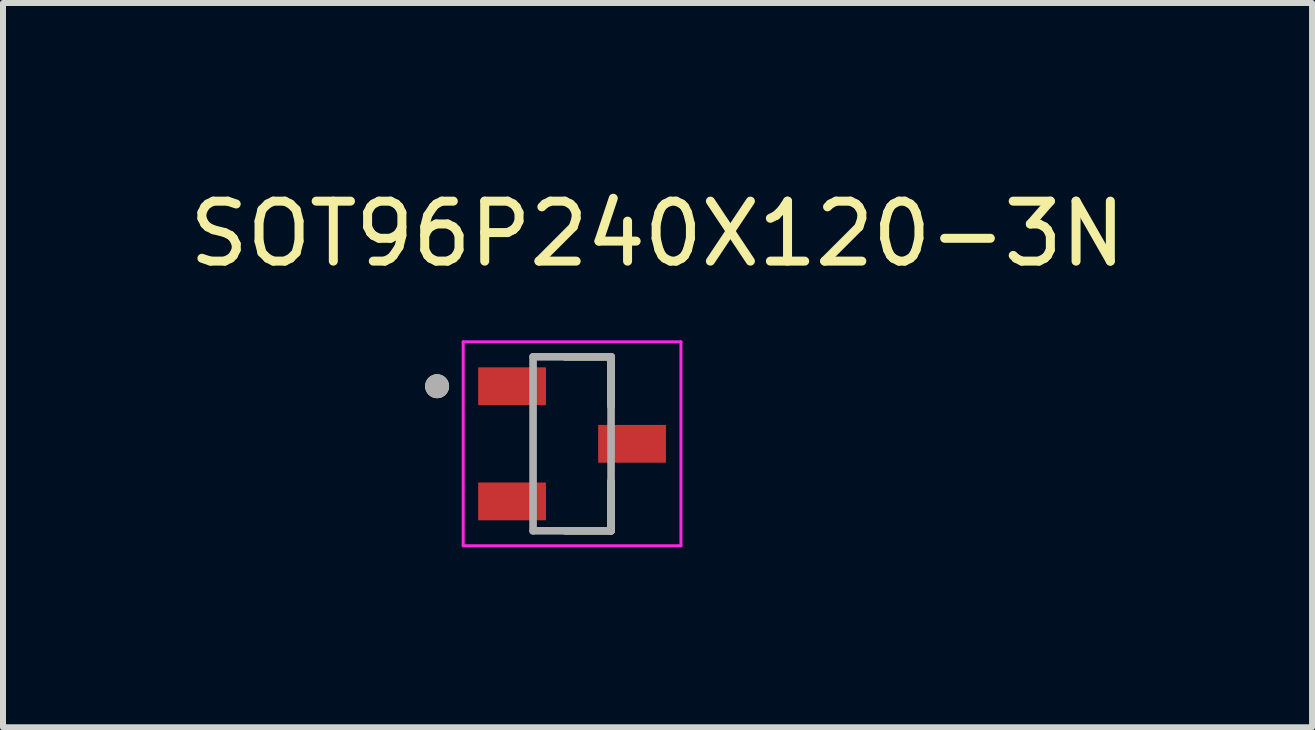
<source format=kicad_pcb>
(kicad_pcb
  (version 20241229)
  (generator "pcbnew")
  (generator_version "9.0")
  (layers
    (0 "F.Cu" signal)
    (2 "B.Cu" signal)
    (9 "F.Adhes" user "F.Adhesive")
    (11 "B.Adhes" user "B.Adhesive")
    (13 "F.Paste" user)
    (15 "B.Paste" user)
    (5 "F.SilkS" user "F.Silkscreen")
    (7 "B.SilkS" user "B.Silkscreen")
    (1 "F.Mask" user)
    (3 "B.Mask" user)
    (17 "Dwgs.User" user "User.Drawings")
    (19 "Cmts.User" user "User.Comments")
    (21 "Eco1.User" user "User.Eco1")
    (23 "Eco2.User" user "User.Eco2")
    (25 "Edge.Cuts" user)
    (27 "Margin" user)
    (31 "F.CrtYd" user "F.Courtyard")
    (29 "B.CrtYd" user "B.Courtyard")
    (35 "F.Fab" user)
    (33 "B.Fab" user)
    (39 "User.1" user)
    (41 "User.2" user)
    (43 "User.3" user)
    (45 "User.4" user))
  (footprint "SOT96P240X120-3N"
    (layer "F.Cu")
    (at 6.486 4.348)
    (property "Reference" "SOT96P240X120-3N" (at 1.425 -3.5 0) (layer "F.SilkS") (effects (font (size 1 1) (thickness 0.15))))
    (attr smd)
    (fp_line (start -0.115 1.45) (end 0.65 1.45) (stroke (width 0.127) (type solid)) (layer "F.SilkS"))
    (fp_line (start 0.65 -1.45) (end -0.115 -1.45) (stroke (width 0.127) (type solid)) (layer "F.SilkS"))
    (fp_line (start 0.65 -0.625) (end 0.65 -1.45) (stroke (width 0.127) (type solid)) (layer "F.SilkS"))
    (fp_line (start 0.65 1.45) (end 0.65 0.625) (stroke (width 0.127) (type solid)) (layer "F.SilkS"))
    (fp_circle (center -2.25 -0.96) (end -2.15 -0.96) (stroke (width 0.2) (type solid)) (fill no) (layer "F.SilkS"))
    (fp_line (start -1.815 -1.7) (end -1.815 1.7) (stroke (width 0.05) (type solid)) (layer "F.CrtYd"))
    (fp_line (start -1.815 1.7) (end 1.815 1.7) (stroke (width 0.05) (type solid)) (layer "F.CrtYd"))
    (fp_line (start 1.815 -1.7) (end -1.815 -1.7) (stroke (width 0.05) (type solid)) (layer "F.CrtYd"))
    (fp_line (start 1.815 1.7) (end 1.815 -1.7) (stroke (width 0.05) (type solid)) (layer "F.CrtYd"))
    (fp_line (start -0.65 -1.45) (end -0.65 1.45) (stroke (width 0.127) (type solid)) (layer "F.Fab"))
    (fp_line (start -0.65 1.45) (end 0.65 1.45) (stroke (width 0.127) (type solid)) (layer "F.Fab"))
    (fp_line (start 0.65 -1.45) (end -0.65 -1.45) (stroke (width 0.127) (type solid)) (layer "F.Fab"))
    (fp_line (start 0.65 1.45) (end 0.65 -1.45) (stroke (width 0.127) (type solid)) (layer "F.Fab"))
    (fp_circle (center -2.25 -0.96) (end -2.15 -0.96) (stroke (width 0.2) (type solid)) (fill no) (layer "F.Fab"))
    (pad "1" smd rect (at -1 -0.96) (size 1.13 0.63) (layers "F.Cu" "F.Mask" "F.Paste"))
    (pad "2" smd rect (at -1 0.96) (size 1.13 0.63) (layers "F.Cu" "F.Mask" "F.Paste"))
    (pad "3" smd rect (at 1 0) (size 1.13 0.63) (layers "F.Cu" "F.Mask" "F.Paste")))
  (gr_rect
    (start -3 -3)
    (end 18.821 9.073)
    (stroke (width 0.1) (type default))
    (fill no)
    (layer "Edge.Cuts")))
</source>
